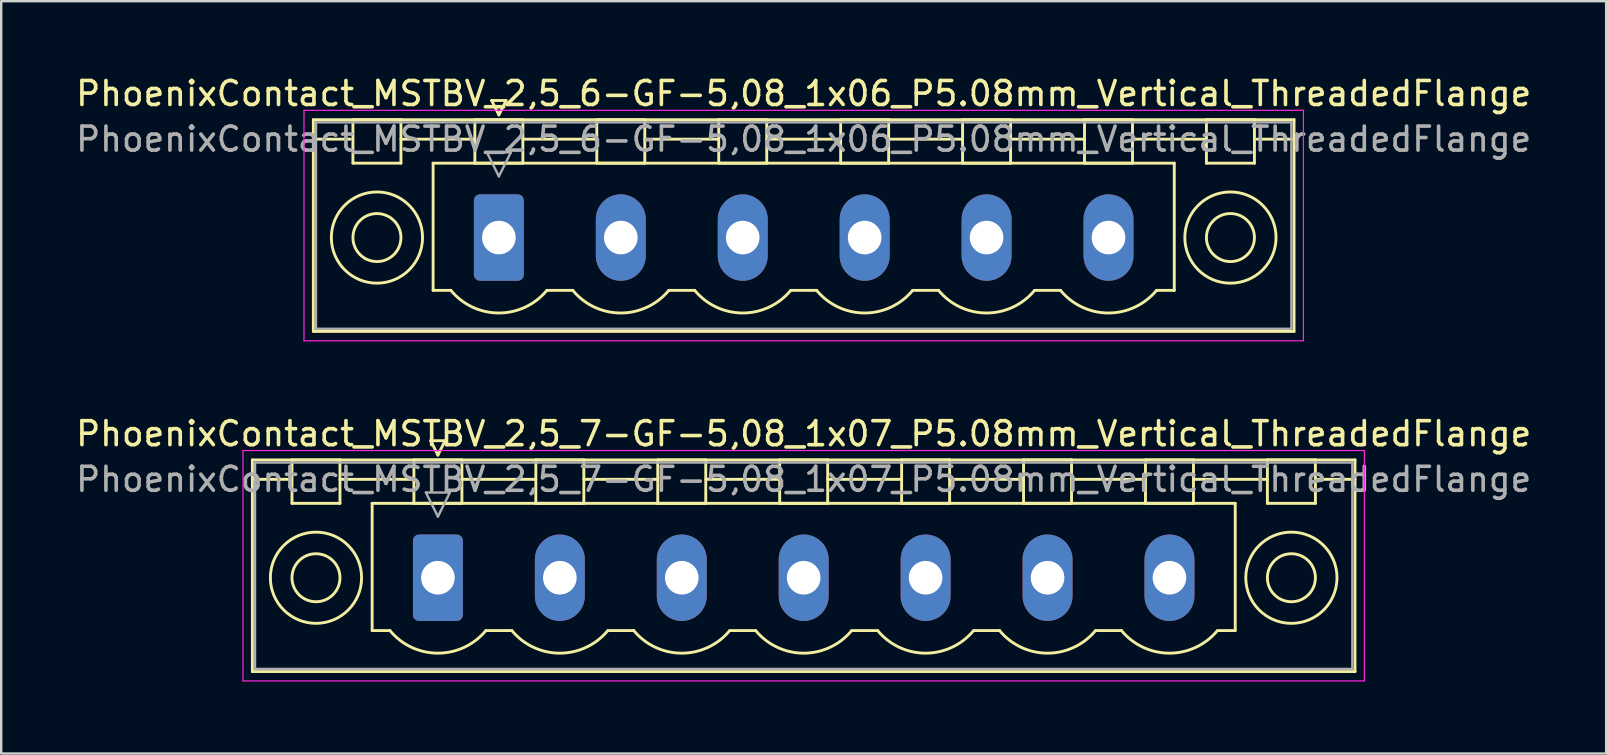
<source format=kicad_pcb>
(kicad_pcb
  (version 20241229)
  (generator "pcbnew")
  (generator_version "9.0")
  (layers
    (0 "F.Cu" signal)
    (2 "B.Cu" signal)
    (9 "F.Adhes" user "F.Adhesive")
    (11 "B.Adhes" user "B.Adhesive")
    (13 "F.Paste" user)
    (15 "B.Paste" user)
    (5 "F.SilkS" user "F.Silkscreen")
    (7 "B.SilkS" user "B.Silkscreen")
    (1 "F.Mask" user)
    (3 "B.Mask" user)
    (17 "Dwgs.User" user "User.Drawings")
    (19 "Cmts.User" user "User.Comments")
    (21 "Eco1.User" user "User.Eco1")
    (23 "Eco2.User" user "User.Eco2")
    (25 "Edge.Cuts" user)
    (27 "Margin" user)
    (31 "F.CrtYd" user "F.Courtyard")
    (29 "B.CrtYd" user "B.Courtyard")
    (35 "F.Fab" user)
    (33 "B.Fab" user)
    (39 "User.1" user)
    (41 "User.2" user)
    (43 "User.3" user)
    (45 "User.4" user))
  (footprint "PhoenixContact_MSTBV_2,5_6-GF-5,08_1x06_P5.08mm_Vertical_ThreadedFlange"
    (layer "F.Cu")
    (at 17.735 6.848)
    (property "Reference" "PhoenixContact_MSTBV_2,5_6-GF-5,08_1x06_P5.08mm_Vertical_ThreadedFlange" (at 12.7 -6 0) (layer "F.SilkS") (effects (font (size 1 1) (thickness 0.15))))
    (attr through_hole)
    (fp_line (start -7.73 -4.91) (end -7.73 3.91) (stroke (width 0.12) (type solid)) (layer "F.SilkS"))
    (fp_line (start -7.73 -4.1) (end -6.19 -4.1) (stroke (width 0.12) (type solid)) (layer "F.SilkS"))
    (fp_line (start -7.73 3.91) (end 33.13 3.91) (stroke (width 0.12) (type solid)) (layer "F.SilkS"))
    (fp_line (start -6.08 -4.91) (end -4.08 -4.91) (stroke (width 0.12) (type solid)) (layer "F.SilkS"))
    (fp_line (start -6.08 -3.1) (end -6.08 -4.91) (stroke (width 0.12) (type solid)) (layer "F.SilkS"))
    (fp_line (start -4.08 -4.91) (end -4.08 -3.1) (stroke (width 0.12) (type solid)) (layer "F.SilkS"))
    (fp_line (start -4.08 -4.1) (end -1 -4.1) (stroke (width 0.12) (type solid)) (layer "F.SilkS"))
    (fp_line (start -4.08 -3.1) (end -6.08 -3.1) (stroke (width 0.12) (type solid)) (layer "F.SilkS"))
    (fp_line (start -2.74 -3.1) (end 28.14 -3.1) (stroke (width 0.12) (type solid)) (layer "F.SilkS"))
    (fp_line (start -2.74 2.2) (end -2.74 -3.1) (stroke (width 0.12) (type solid)) (layer "F.SilkS"))
    (fp_line (start -2 2.2) (end -2.74 2.2) (stroke (width 0.12) (type solid)) (layer "F.SilkS"))
    (fp_line (start -1 -4.91) (end 1 -4.91) (stroke (width 0.12) (type solid)) (layer "F.SilkS"))
    (fp_line (start -1 -3.1) (end -1 -4.91) (stroke (width 0.12) (type solid)) (layer "F.SilkS"))
    (fp_line (start -0.3 -5.71) (end 0.3 -5.71) (stroke (width 0.12) (type solid)) (layer "F.SilkS"))
    (fp_line (start 0 -5.11) (end -0.3 -5.71) (stroke (width 0.12) (type solid)) (layer "F.SilkS"))
    (fp_line (start 0.3 -5.71) (end 0 -5.11) (stroke (width 0.12) (type solid)) (layer "F.SilkS"))
    (fp_line (start 1 -4.91) (end 1 -3.1) (stroke (width 0.12) (type solid)) (layer "F.SilkS"))
    (fp_line (start 1 -4.1) (end 4.08 -4.1) (stroke (width 0.12) (type solid)) (layer "F.SilkS"))
    (fp_line (start 1 -3.1) (end -1 -3.1) (stroke (width 0.12) (type solid)) (layer "F.SilkS"))
    (fp_line (start 2 2.2) (end 3.08 2.2) (stroke (width 0.12) (type solid)) (layer "F.SilkS"))
    (fp_line (start 4.08 -4.91) (end 6.08 -4.91) (stroke (width 0.12) (type solid)) (layer "F.SilkS"))
    (fp_line (start 4.08 -3.1) (end 4.08 -4.91) (stroke (width 0.12) (type solid)) (layer "F.SilkS"))
    (fp_line (start 6.08 -4.91) (end 6.08 -3.1) (stroke (width 0.12) (type solid)) (layer "F.SilkS"))
    (fp_line (start 6.08 -4.1) (end 9.16 -4.1) (stroke (width 0.12) (type solid)) (layer "F.SilkS"))
    (fp_line (start 6.08 -3.1) (end 4.08 -3.1) (stroke (width 0.12) (type solid)) (layer "F.SilkS"))
    (fp_line (start 7.08 2.2) (end 8.16 2.2) (stroke (width 0.12) (type solid)) (layer "F.SilkS"))
    (fp_line (start 9.16 -4.91) (end 11.16 -4.91) (stroke (width 0.12) (type solid)) (layer "F.SilkS"))
    (fp_line (start 9.16 -3.1) (end 9.16 -4.91) (stroke (width 0.12) (type solid)) (layer "F.SilkS"))
    (fp_line (start 11.16 -4.91) (end 11.16 -3.1) (stroke (width 0.12) (type solid)) (layer "F.SilkS"))
    (fp_line (start 11.16 -4.1) (end 14.24 -4.1) (stroke (width 0.12) (type solid)) (layer "F.SilkS"))
    (fp_line (start 11.16 -3.1) (end 9.16 -3.1) (stroke (width 0.12) (type solid)) (layer "F.SilkS"))
    (fp_line (start 12.16 2.2) (end 13.24 2.2) (stroke (width 0.12) (type solid)) (layer "F.SilkS"))
    (fp_line (start 14.24 -4.91) (end 16.24 -4.91) (stroke (width 0.12) (type solid)) (layer "F.SilkS"))
    (fp_line (start 14.24 -3.1) (end 14.24 -4.91) (stroke (width 0.12) (type solid)) (layer "F.SilkS"))
    (fp_line (start 16.24 -4.91) (end 16.24 -3.1) (stroke (width 0.12) (type solid)) (layer "F.SilkS"))
    (fp_line (start 16.24 -4.1) (end 19.32 -4.1) (stroke (width 0.12) (type solid)) (layer "F.SilkS"))
    (fp_line (start 16.24 -3.1) (end 14.24 -3.1) (stroke (width 0.12) (type solid)) (layer "F.SilkS"))
    (fp_line (start 17.24 2.2) (end 18.32 2.2) (stroke (width 0.12) (type solid)) (layer "F.SilkS"))
    (fp_line (start 19.32 -4.91) (end 21.32 -4.91) (stroke (width 0.12) (type solid)) (layer "F.SilkS"))
    (fp_line (start 19.32 -3.1) (end 19.32 -4.91) (stroke (width 0.12) (type solid)) (layer "F.SilkS"))
    (fp_line (start 21.32 -4.91) (end 21.32 -3.1) (stroke (width 0.12) (type solid)) (layer "F.SilkS"))
    (fp_line (start 21.32 -4.1) (end 24.4 -4.1) (stroke (width 0.12) (type solid)) (layer "F.SilkS"))
    (fp_line (start 21.32 -3.1) (end 19.32 -3.1) (stroke (width 0.12) (type solid)) (layer "F.SilkS"))
    (fp_line (start 22.32 2.2) (end 23.4 2.2) (stroke (width 0.12) (type solid)) (layer "F.SilkS"))
    (fp_line (start 24.4 -4.91) (end 26.4 -4.91) (stroke (width 0.12) (type solid)) (layer "F.SilkS"))
    (fp_line (start 24.4 -3.1) (end 24.4 -4.91) (stroke (width 0.12) (type solid)) (layer "F.SilkS"))
    (fp_line (start 26.4 -4.91) (end 26.4 -3.1) (stroke (width 0.12) (type solid)) (layer "F.SilkS"))
    (fp_line (start 26.4 -4.1) (end 29.48 -4.1) (stroke (width 0.12) (type solid)) (layer "F.SilkS"))
    (fp_line (start 26.4 -3.1) (end 24.4 -3.1) (stroke (width 0.12) (type solid)) (layer "F.SilkS"))
    (fp_line (start 28.14 -3.1) (end 28.14 2.2) (stroke (width 0.12) (type solid)) (layer "F.SilkS"))
    (fp_line (start 28.14 2.2) (end 27.4 2.2) (stroke (width 0.12) (type solid)) (layer "F.SilkS"))
    (fp_line (start 29.48 -4.91) (end 31.48 -4.91) (stroke (width 0.12) (type solid)) (layer "F.SilkS"))
    (fp_line (start 29.48 -3.1) (end 29.48 -4.91) (stroke (width 0.12) (type solid)) (layer "F.SilkS"))
    (fp_line (start 31.48 -4.91) (end 31.48 -3.1) (stroke (width 0.12) (type solid)) (layer "F.SilkS"))
    (fp_line (start 31.48 -3.1) (end 29.48 -3.1) (stroke (width 0.12) (type solid)) (layer "F.SilkS"))
    (fp_line (start 33.13 -4.91) (end -7.73 -4.91) (stroke (width 0.12) (type solid)) (layer "F.SilkS"))
    (fp_line (start 33.13 -4.1) (end 31.59 -4.1) (stroke (width 0.12) (type solid)) (layer "F.SilkS"))
    (fp_line (start 33.13 3.91) (end 33.13 -4.91) (stroke (width 0.12) (type solid)) (layer "F.SilkS"))
    (fp_arc (start 1.986842 2.215821) (mid -0.010289 3.142758) (end -2 2.2) (stroke (width 0.12) (type solid)) (layer "F.SilkS"))
    (fp_arc (start 7.066842 2.215821) (mid 5.069711 3.142758) (end 3.08 2.2) (stroke (width 0.12) (type solid)) (layer "F.SilkS"))
    (fp_arc (start 12.146842 2.215821) (mid 10.149711 3.142758) (end 8.16 2.2) (stroke (width 0.12) (type solid)) (layer "F.SilkS"))
    (fp_arc (start 17.226842 2.215821) (mid 15.229711 3.142758) (end 13.24 2.2) (stroke (width 0.12) (type solid)) (layer "F.SilkS"))
    (fp_arc (start 22.306842 2.215821) (mid 20.309711 3.142758) (end 18.32 2.2) (stroke (width 0.12) (type solid)) (layer "F.SilkS"))
    (fp_arc (start 27.386842 2.215821) (mid 25.389711 3.142758) (end 23.4 2.2) (stroke (width 0.12) (type solid)) (layer "F.SilkS"))
    (fp_circle (center -5.08 0) (end -4.08 0) (stroke (width 0.12) (type solid)) (fill no) (layer "F.SilkS"))
    (fp_circle (center -5.08 0) (end -3.18 0) (stroke (width 0.12) (type solid)) (fill no) (layer "F.SilkS"))
    (fp_circle (center 30.48 0) (end 31.48 0) (stroke (width 0.12) (type solid)) (fill no) (layer "F.SilkS"))
    (fp_circle (center 30.48 0) (end 32.38 0) (stroke (width 0.12) (type solid)) (fill no) (layer "F.SilkS"))
    (fp_line (start -8.12 -5.3) (end -8.12 4.3) (stroke (width 0.05) (type solid)) (layer "F.CrtYd"))
    (fp_line (start -8.12 4.3) (end 33.52 4.3) (stroke (width 0.05) (type solid)) (layer "F.CrtYd"))
    (fp_line (start 33.52 -5.3) (end -8.12 -5.3) (stroke (width 0.05) (type solid)) (layer "F.CrtYd"))
    (fp_line (start 33.52 4.3) (end 33.52 -5.3) (stroke (width 0.05) (type solid)) (layer "F.CrtYd"))
    (fp_line (start -7.62 -4.8) (end -7.62 3.8) (stroke (width 0.1) (type solid)) (layer "F.Fab"))
    (fp_line (start -7.62 3.8) (end 33.02 3.8) (stroke (width 0.1) (type solid)) (layer "F.Fab"))
    (fp_line (start -0.5 -3.55) (end 0.5 -3.55) (stroke (width 0.1) (type solid)) (layer "F.Fab"))
    (fp_line (start 0 -2.55) (end -0.5 -3.55) (stroke (width 0.1) (type solid)) (layer "F.Fab"))
    (fp_line (start 0.5 -3.55) (end 0 -2.55) (stroke (width 0.1) (type solid)) (layer "F.Fab"))
    (fp_line (start 33.02 -4.8) (end -7.62 -4.8) (stroke (width 0.1) (type solid)) (layer "F.Fab"))
    (fp_line (start 33.02 3.8) (end 33.02 -4.8) (stroke (width 0.1) (type solid)) (layer "F.Fab"))
    (fp_text user "${REFERENCE}" (at 12.7 -4.1 0) (layer "F.Fab") (effects (font (size 1 1) (thickness 0.15))))
    (pad "1" thru_hole roundrect (at 0 0) (size 2.08 3.6) (drill 1.4) (layers "*.Cu" "*.Mask") (roundrect_rratio 0.12))
    (pad "2" thru_hole oval (at 5.08 0) (size 2.08 3.6) (drill 1.4) (layers "*.Cu" "*.Mask"))
    (pad "3" thru_hole oval (at 10.16 0) (size 2.08 3.6) (drill 1.4) (layers "*.Cu" "*.Mask"))
    (pad "4" thru_hole oval (at 15.24 0) (size 2.08 3.6) (drill 1.4) (layers "*.Cu" "*.Mask"))
    (pad "5" thru_hole oval (at 20.32 0) (size 2.08 3.6) (drill 1.4) (layers "*.Cu" "*.Mask"))
    (pad "6" thru_hole oval (at 25.4 0) (size 2.08 3.6) (drill 1.4) (layers "*.Cu" "*.Mask")))
  (footprint "PhoenixContact_MSTBV_2,5_7-GF-5,08_1x07_P5.08mm_Vertical_ThreadedFlange"
    (layer "F.Cu")
    (at 15.195 21.021)
    (property "Reference" "PhoenixContact_MSTBV_2,5_7-GF-5,08_1x07_P5.08mm_Vertical_ThreadedFlange" (at 15.24 -6 0) (layer "F.SilkS") (effects (font (size 1 1) (thickness 0.15))))
    (attr through_hole)
    (fp_line (start -7.73 -4.91) (end -7.73 3.91) (stroke (width 0.12) (type solid)) (layer "F.SilkS"))
    (fp_line (start -7.73 -4.1) (end -6.19 -4.1) (stroke (width 0.12) (type solid)) (layer "F.SilkS"))
    (fp_line (start -7.73 3.91) (end 38.21 3.91) (stroke (width 0.12) (type solid)) (layer "F.SilkS"))
    (fp_line (start -6.08 -4.91) (end -4.08 -4.91) (stroke (width 0.12) (type solid)) (layer "F.SilkS"))
    (fp_line (start -6.08 -3.1) (end -6.08 -4.91) (stroke (width 0.12) (type solid)) (layer "F.SilkS"))
    (fp_line (start -4.08 -4.91) (end -4.08 -3.1) (stroke (width 0.12) (type solid)) (layer "F.SilkS"))
    (fp_line (start -4.08 -4.1) (end -1 -4.1) (stroke (width 0.12) (type solid)) (layer "F.SilkS"))
    (fp_line (start -4.08 -3.1) (end -6.08 -3.1) (stroke (width 0.12) (type solid)) (layer "F.SilkS"))
    (fp_line (start -2.74 -3.1) (end 33.22 -3.1) (stroke (width 0.12) (type solid)) (layer "F.SilkS"))
    (fp_line (start -2.74 2.2) (end -2.74 -3.1) (stroke (width 0.12) (type solid)) (layer "F.SilkS"))
    (fp_line (start -2 2.2) (end -2.74 2.2) (stroke (width 0.12) (type solid)) (layer "F.SilkS"))
    (fp_line (start -1 -4.91) (end 1 -4.91) (stroke (width 0.12) (type solid)) (layer "F.SilkS"))
    (fp_line (start -1 -3.1) (end -1 -4.91) (stroke (width 0.12) (type solid)) (layer "F.SilkS"))
    (fp_line (start -0.3 -5.71) (end 0.3 -5.71) (stroke (width 0.12) (type solid)) (layer "F.SilkS"))
    (fp_line (start 0 -5.11) (end -0.3 -5.71) (stroke (width 0.12) (type solid)) (layer "F.SilkS"))
    (fp_line (start 0.3 -5.71) (end 0 -5.11) (stroke (width 0.12) (type solid)) (layer "F.SilkS"))
    (fp_line (start 1 -4.91) (end 1 -3.1) (stroke (width 0.12) (type solid)) (layer "F.SilkS"))
    (fp_line (start 1 -4.1) (end 4.08 -4.1) (stroke (width 0.12) (type solid)) (layer "F.SilkS"))
    (fp_line (start 1 -3.1) (end -1 -3.1) (stroke (width 0.12) (type solid)) (layer "F.SilkS"))
    (fp_line (start 2 2.2) (end 3.08 2.2) (stroke (width 0.12) (type solid)) (layer "F.SilkS"))
    (fp_line (start 4.08 -4.91) (end 6.08 -4.91) (stroke (width 0.12) (type solid)) (layer "F.SilkS"))
    (fp_line (start 4.08 -3.1) (end 4.08 -4.91) (stroke (width 0.12) (type solid)) (layer "F.SilkS"))
    (fp_line (start 6.08 -4.91) (end 6.08 -3.1) (stroke (width 0.12) (type solid)) (layer "F.SilkS"))
    (fp_line (start 6.08 -4.1) (end 9.16 -4.1) (stroke (width 0.12) (type solid)) (layer "F.SilkS"))
    (fp_line (start 6.08 -3.1) (end 4.08 -3.1) (stroke (width 0.12) (type solid)) (layer "F.SilkS"))
    (fp_line (start 7.08 2.2) (end 8.16 2.2) (stroke (width 0.12) (type solid)) (layer "F.SilkS"))
    (fp_line (start 9.16 -4.91) (end 11.16 -4.91) (stroke (width 0.12) (type solid)) (layer "F.SilkS"))
    (fp_line (start 9.16 -3.1) (end 9.16 -4.91) (stroke (width 0.12) (type solid)) (layer "F.SilkS"))
    (fp_line (start 11.16 -4.91) (end 11.16 -3.1) (stroke (width 0.12) (type solid)) (layer "F.SilkS"))
    (fp_line (start 11.16 -4.1) (end 14.24 -4.1) (stroke (width 0.12) (type solid)) (layer "F.SilkS"))
    (fp_line (start 11.16 -3.1) (end 9.16 -3.1) (stroke (width 0.12) (type solid)) (layer "F.SilkS"))
    (fp_line (start 12.16 2.2) (end 13.24 2.2) (stroke (width 0.12) (type solid)) (layer "F.SilkS"))
    (fp_line (start 14.24 -4.91) (end 16.24 -4.91) (stroke (width 0.12) (type solid)) (layer "F.SilkS"))
    (fp_line (start 14.24 -3.1) (end 14.24 -4.91) (stroke (width 0.12) (type solid)) (layer "F.SilkS"))
    (fp_line (start 16.24 -4.91) (end 16.24 -3.1) (stroke (width 0.12) (type solid)) (layer "F.SilkS"))
    (fp_line (start 16.24 -4.1) (end 19.32 -4.1) (stroke (width 0.12) (type solid)) (layer "F.SilkS"))
    (fp_line (start 16.24 -3.1) (end 14.24 -3.1) (stroke (width 0.12) (type solid)) (layer "F.SilkS"))
    (fp_line (start 17.24 2.2) (end 18.32 2.2) (stroke (width 0.12) (type solid)) (layer "F.SilkS"))
    (fp_line (start 19.32 -4.91) (end 21.32 -4.91) (stroke (width 0.12) (type solid)) (layer "F.SilkS"))
    (fp_line (start 19.32 -3.1) (end 19.32 -4.91) (stroke (width 0.12) (type solid)) (layer "F.SilkS"))
    (fp_line (start 21.32 -4.91) (end 21.32 -3.1) (stroke (width 0.12) (type solid)) (layer "F.SilkS"))
    (fp_line (start 21.32 -4.1) (end 24.4 -4.1) (stroke (width 0.12) (type solid)) (layer "F.SilkS"))
    (fp_line (start 21.32 -3.1) (end 19.32 -3.1) (stroke (width 0.12) (type solid)) (layer "F.SilkS"))
    (fp_line (start 22.32 2.2) (end 23.4 2.2) (stroke (width 0.12) (type solid)) (layer "F.SilkS"))
    (fp_line (start 24.4 -4.91) (end 26.4 -4.91) (stroke (width 0.12) (type solid)) (layer "F.SilkS"))
    (fp_line (start 24.4 -3.1) (end 24.4 -4.91) (stroke (width 0.12) (type solid)) (layer "F.SilkS"))
    (fp_line (start 26.4 -4.91) (end 26.4 -3.1) (stroke (width 0.12) (type solid)) (layer "F.SilkS"))
    (fp_line (start 26.4 -4.1) (end 29.48 -4.1) (stroke (width 0.12) (type solid)) (layer "F.SilkS"))
    (fp_line (start 26.4 -3.1) (end 24.4 -3.1) (stroke (width 0.12) (type solid)) (layer "F.SilkS"))
    (fp_line (start 27.4 2.2) (end 28.48 2.2) (stroke (width 0.12) (type solid)) (layer "F.SilkS"))
    (fp_line (start 29.48 -4.91) (end 31.48 -4.91) (stroke (width 0.12) (type solid)) (layer "F.SilkS"))
    (fp_line (start 29.48 -3.1) (end 29.48 -4.91) (stroke (width 0.12) (type solid)) (layer "F.SilkS"))
    (fp_line (start 31.48 -4.91) (end 31.48 -3.1) (stroke (width 0.12) (type solid)) (layer "F.SilkS"))
    (fp_line (start 31.48 -4.1) (end 34.56 -4.1) (stroke (width 0.12) (type solid)) (layer "F.SilkS"))
    (fp_line (start 31.48 -3.1) (end 29.48 -3.1) (stroke (width 0.12) (type solid)) (layer "F.SilkS"))
    (fp_line (start 33.22 -3.1) (end 33.22 2.2) (stroke (width 0.12) (type solid)) (layer "F.SilkS"))
    (fp_line (start 33.22 2.2) (end 32.48 2.2) (stroke (width 0.12) (type solid)) (layer "F.SilkS"))
    (fp_line (start 34.56 -4.91) (end 36.56 -4.91) (stroke (width 0.12) (type solid)) (layer "F.SilkS"))
    (fp_line (start 34.56 -3.1) (end 34.56 -4.91) (stroke (width 0.12) (type solid)) (layer "F.SilkS"))
    (fp_line (start 36.56 -4.91) (end 36.56 -3.1) (stroke (width 0.12) (type solid)) (layer "F.SilkS"))
    (fp_line (start 36.56 -3.1) (end 34.56 -3.1) (stroke (width 0.12) (type solid)) (layer "F.SilkS"))
    (fp_line (start 38.21 -4.91) (end -7.73 -4.91) (stroke (width 0.12) (type solid)) (layer "F.SilkS"))
    (fp_line (start 38.21 -4.1) (end 36.67 -4.1) (stroke (width 0.12) (type solid)) (layer "F.SilkS"))
    (fp_line (start 38.21 3.91) (end 38.21 -4.91) (stroke (width 0.12) (type solid)) (layer "F.SilkS"))
    (fp_arc (start 1.986842 2.215821) (mid -0.010289 3.142758) (end -2 2.2) (stroke (width 0.12) (type solid)) (layer "F.SilkS"))
    (fp_arc (start 7.066842 2.215821) (mid 5.069711 3.142758) (end 3.08 2.2) (stroke (width 0.12) (type solid)) (layer "F.SilkS"))
    (fp_arc (start 12.146842 2.215821) (mid 10.149711 3.142758) (end 8.16 2.2) (stroke (width 0.12) (type solid)) (layer "F.SilkS"))
    (fp_arc (start 17.226842 2.215821) (mid 15.229711 3.142758) (end 13.24 2.2) (stroke (width 0.12) (type solid)) (layer "F.SilkS"))
    (fp_arc (start 22.306842 2.215821) (mid 20.309711 3.142758) (end 18.32 2.2) (stroke (width 0.12) (type solid)) (layer "F.SilkS"))
    (fp_arc (start 27.386842 2.215821) (mid 25.389711 3.142758) (end 23.4 2.2) (stroke (width 0.12) (type solid)) (layer "F.SilkS"))
    (fp_arc (start 32.466842 2.215821) (mid 30.469711 3.142758) (end 28.48 2.2) (stroke (width 0.12) (type solid)) (layer "F.SilkS"))
    (fp_circle (center -5.08 0) (end -4.08 0) (stroke (width 0.12) (type solid)) (fill no) (layer "F.SilkS"))
    (fp_circle (center -5.08 0) (end -3.18 0) (stroke (width 0.12) (type solid)) (fill no) (layer "F.SilkS"))
    (fp_circle (center 35.56 0) (end 36.56 0) (stroke (width 0.12) (type solid)) (fill no) (layer "F.SilkS"))
    (fp_circle (center 35.56 0) (end 37.46 0) (stroke (width 0.12) (type solid)) (fill no) (layer "F.SilkS"))
    (fp_line (start -8.12 -5.3) (end -8.12 4.3) (stroke (width 0.05) (type solid)) (layer "F.CrtYd"))
    (fp_line (start -8.12 4.3) (end 38.6 4.3) (stroke (width 0.05) (type solid)) (layer "F.CrtYd"))
    (fp_line (start 38.6 -5.3) (end -8.12 -5.3) (stroke (width 0.05) (type solid)) (layer "F.CrtYd"))
    (fp_line (start 38.6 4.3) (end 38.6 -5.3) (stroke (width 0.05) (type solid)) (layer "F.CrtYd"))
    (fp_line (start -7.62 -4.8) (end -7.62 3.8) (stroke (width 0.1) (type solid)) (layer "F.Fab"))
    (fp_line (start -7.62 3.8) (end 38.1 3.8) (stroke (width 0.1) (type solid)) (layer "F.Fab"))
    (fp_line (start -0.5 -3.55) (end 0.5 -3.55) (stroke (width 0.1) (type solid)) (layer "F.Fab"))
    (fp_line (start 0 -2.55) (end -0.5 -3.55) (stroke (width 0.1) (type solid)) (layer "F.Fab"))
    (fp_line (start 0.5 -3.55) (end 0 -2.55) (stroke (width 0.1) (type solid)) (layer "F.Fab"))
    (fp_line (start 38.1 -4.8) (end -7.62 -4.8) (stroke (width 0.1) (type solid)) (layer "F.Fab"))
    (fp_line (start 38.1 3.8) (end 38.1 -4.8) (stroke (width 0.1) (type solid)) (layer "F.Fab"))
    (fp_text user "${REFERENCE}" (at 15.24 -4.1 0) (layer "F.Fab") (effects (font (size 1 1) (thickness 0.15))))
    (pad "1" thru_hole roundrect (at 0 0) (size 2.08 3.6) (drill 1.4) (layers "*.Cu" "*.Mask") (roundrect_rratio 0.12))
    (pad "2" thru_hole oval (at 5.08 0) (size 2.08 3.6) (drill 1.4) (layers "*.Cu" "*.Mask"))
    (pad "3" thru_hole oval (at 10.16 0) (size 2.08 3.6) (drill 1.4) (layers "*.Cu" "*.Mask"))
    (pad "4" thru_hole oval (at 15.24 0) (size 2.08 3.6) (drill 1.4) (layers "*.Cu" "*.Mask"))
    (pad "5" thru_hole oval (at 20.32 0) (size 2.08 3.6) (drill 1.4) (layers "*.Cu" "*.Mask"))
    (pad "6" thru_hole oval (at 25.4 0) (size 2.08 3.6) (drill 1.4) (layers "*.Cu" "*.Mask"))
    (pad "7" thru_hole oval (at 30.48 0) (size 2.08 3.6) (drill 1.4) (layers "*.Cu" "*.Mask")))
  (gr_rect
    (start -3 -3)
    (end 63.869 28.346)
    (stroke (width 0.1) (type default))
    (fill no)
    (layer "Edge.Cuts")))
</source>
